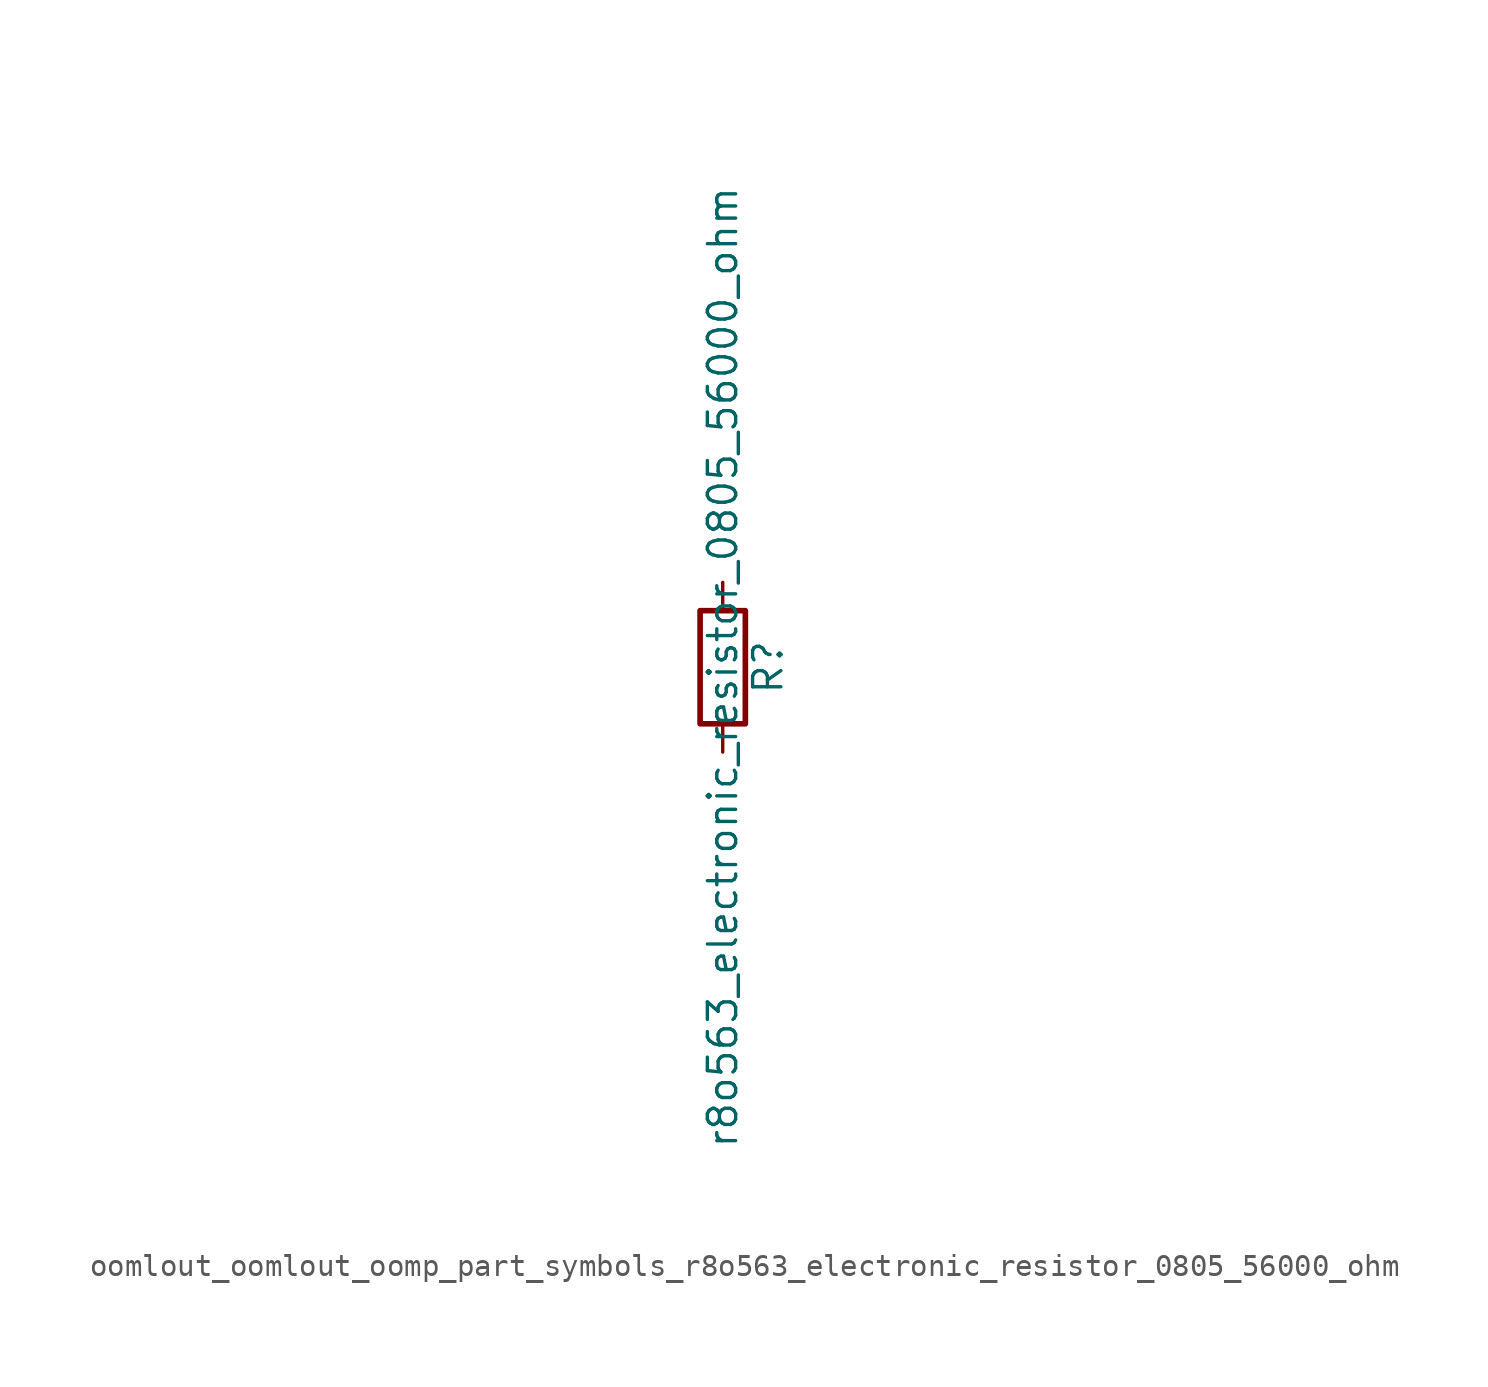
<source format=kicad_sym>
(kicad_symbol_lib
  (version 20220914)
  (generator kicad_symbol_editor)
  (symbol "oomlout_oomlout_oomp_part_symbols_r8o563_electronic_resistor_0805_56000_ohm"
    (pin_numbers hide)
    (pin_names
      (offset 0))
    (property "Reference" "R"
      (at 2.032 0 90)
      (effects (font (size 1.27 1.27))))
    (property "Value" "r8o563_electronic_resistor_0805_56000_ohm"
      (at 0 0 90)
      (effects (font (size 1.27 1.27))))
    (symbol "oomlout_oomlout_oomp_part_symbols_r8o563_electronic_resistor_0805_56000_ohm_0_1"
      (rectangle (start -1.016 -2.54) (end 1.016 2.54) (stroke (width 0.254) (type default)) (fill (type none))))
    (symbol "oomlout_oomlout_oomp_part_symbols_r8o563_electronic_resistor_0805_56000_ohm_1_1"
      (pin passive line (at 0 3.81 270) (length 1.27) (name "~" (effects (font (size 1.27 1.27)))) (number "1" (effects (font (size 1.27 1.27)))))
      (pin passive line (at 0 -3.81 90) (length 1.27) (name "~" (effects (font (size 1.27 1.27)))) (number "2" (effects (font (size 1.27 1.27))))))))
</source>
